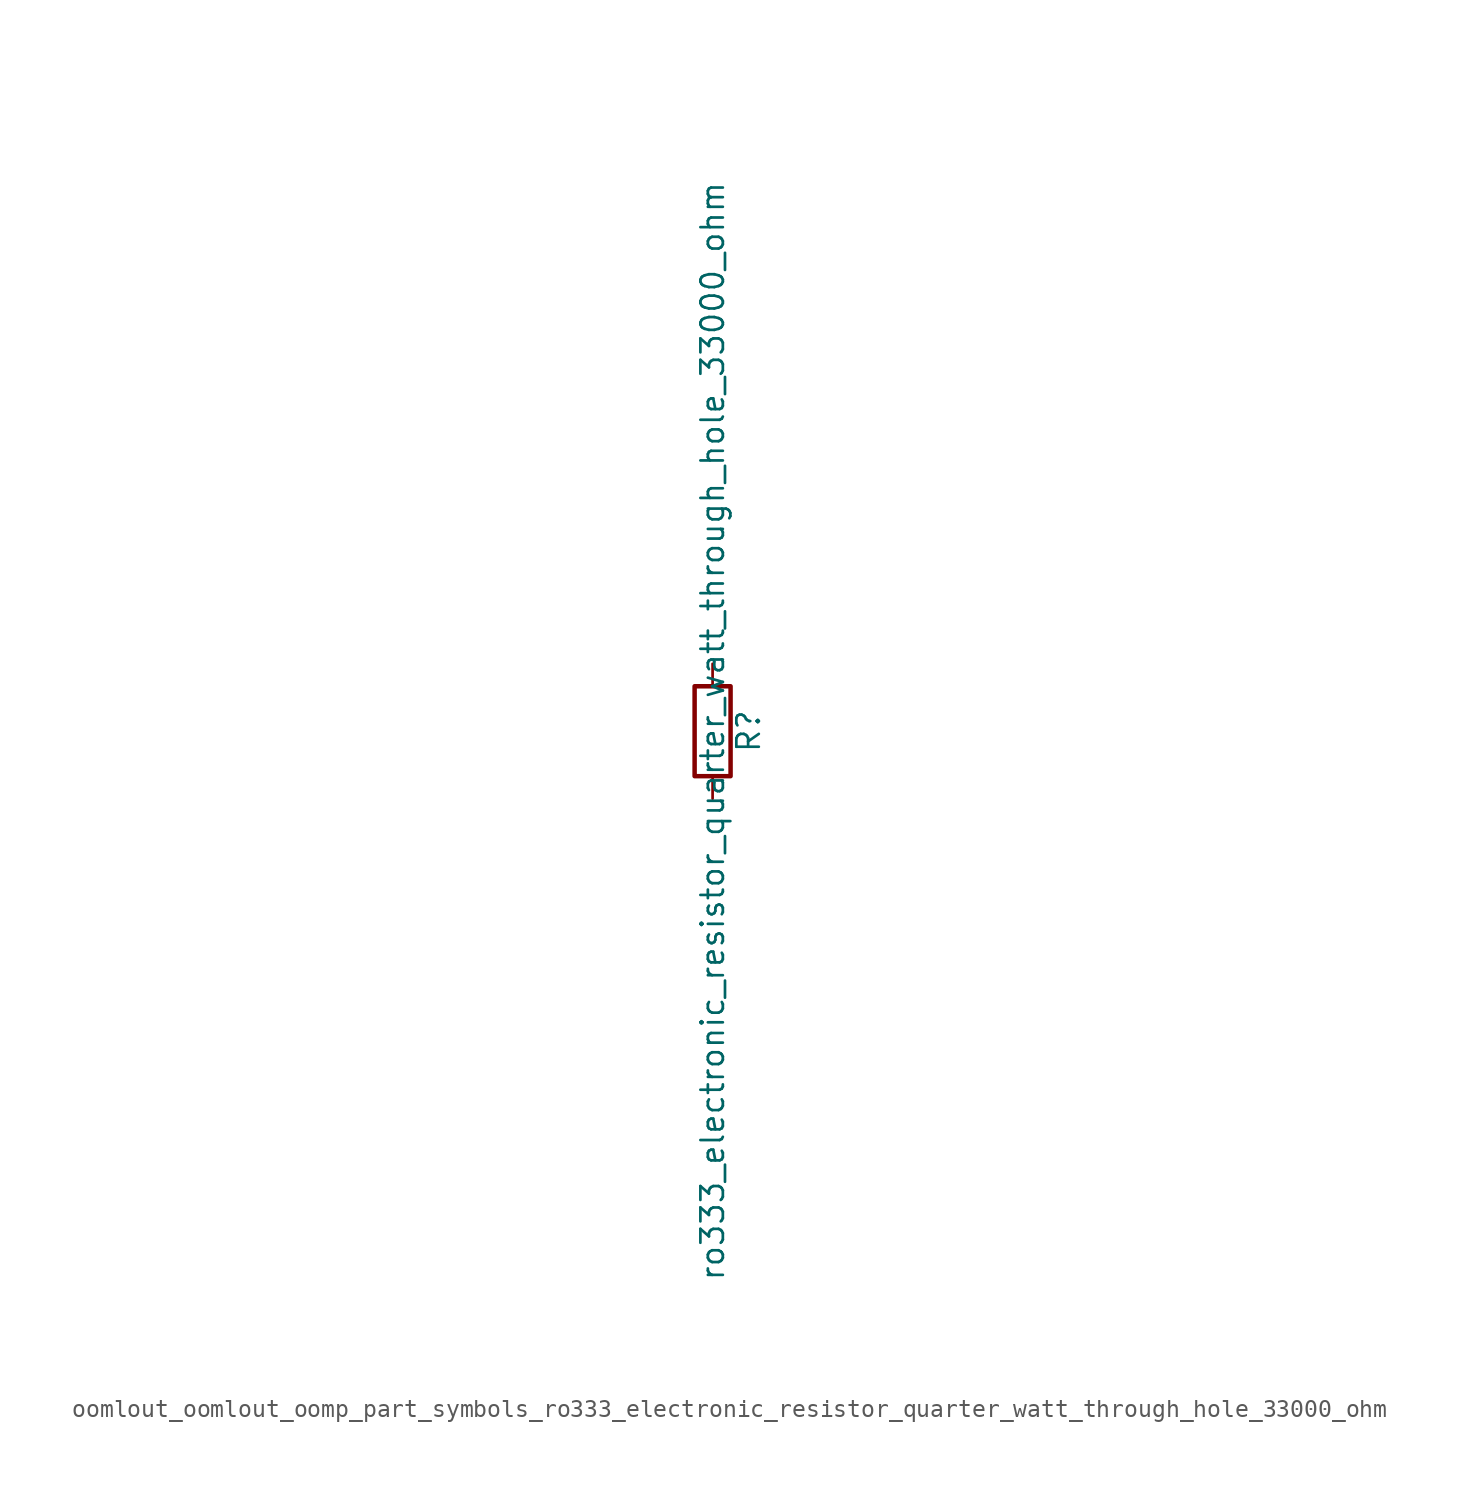
<source format=kicad_sym>
(kicad_symbol_lib
  (version 20220914)
  (generator kicad_symbol_editor)
  (symbol "oomlout_oomlout_oomp_part_symbols_ro333_electronic_resistor_quarter_watt_through_hole_33000_ohm"
    (pin_numbers hide)
    (pin_names
      (offset 0))
    (property "Reference" "R"
      (at 2.032 0 90)
      (effects (font (size 1.27 1.27))))
    (property "Value" "ro333_electronic_resistor_quarter_watt_through_hole_33000_ohm"
      (at 0 0 90)
      (effects (font (size 1.27 1.27))))
    (symbol "oomlout_oomlout_oomp_part_symbols_ro333_electronic_resistor_quarter_watt_through_hole_33000_ohm_0_1"
      (rectangle (start -1.016 -2.54) (end 1.016 2.54) (stroke (width 0.254) (type default)) (fill (type none))))
    (symbol "oomlout_oomlout_oomp_part_symbols_ro333_electronic_resistor_quarter_watt_through_hole_33000_ohm_1_1"
      (pin passive line (at 0 3.81 270) (length 1.27) (name "~" (effects (font (size 1.27 1.27)))) (number "1" (effects (font (size 1.27 1.27)))))
      (pin passive line (at 0 -3.81 90) (length 1.27) (name "~" (effects (font (size 1.27 1.27)))) (number "2" (effects (font (size 1.27 1.27))))))))
</source>
